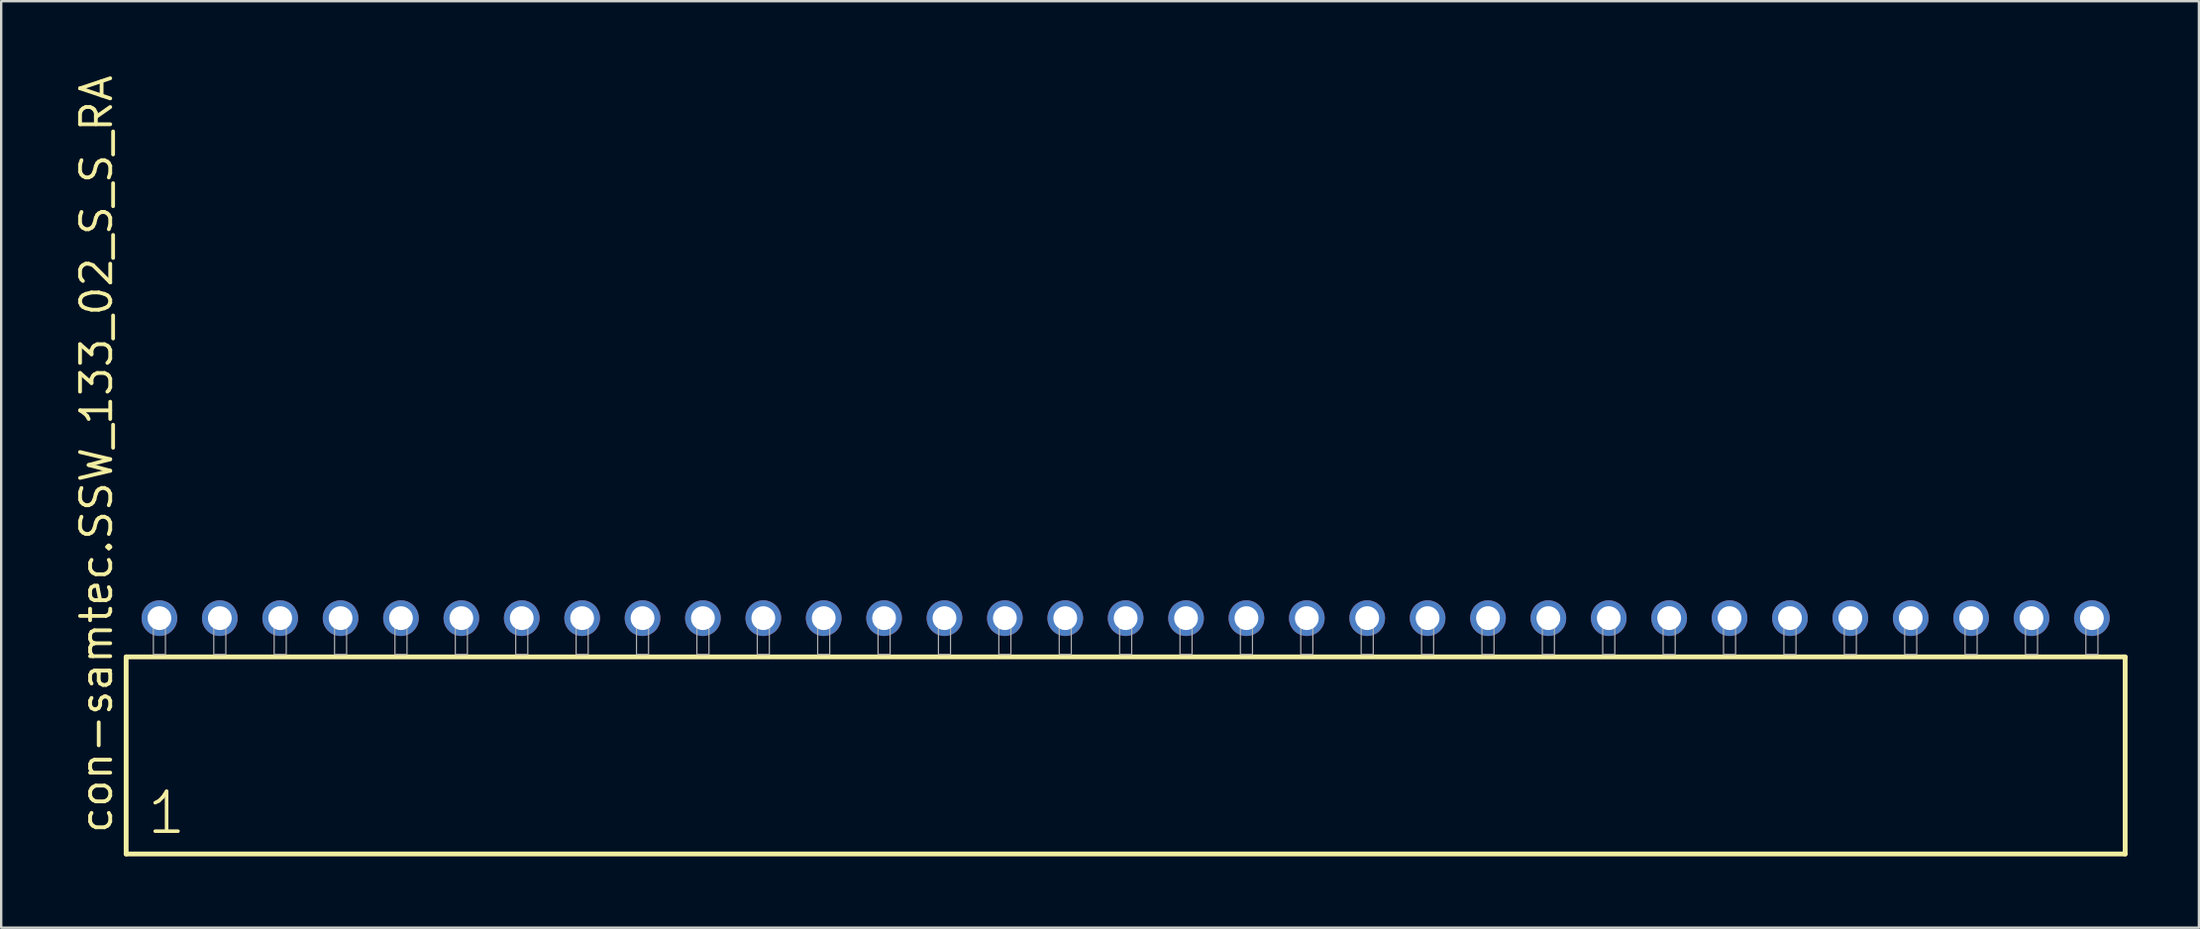
<source format=kicad_pcb>
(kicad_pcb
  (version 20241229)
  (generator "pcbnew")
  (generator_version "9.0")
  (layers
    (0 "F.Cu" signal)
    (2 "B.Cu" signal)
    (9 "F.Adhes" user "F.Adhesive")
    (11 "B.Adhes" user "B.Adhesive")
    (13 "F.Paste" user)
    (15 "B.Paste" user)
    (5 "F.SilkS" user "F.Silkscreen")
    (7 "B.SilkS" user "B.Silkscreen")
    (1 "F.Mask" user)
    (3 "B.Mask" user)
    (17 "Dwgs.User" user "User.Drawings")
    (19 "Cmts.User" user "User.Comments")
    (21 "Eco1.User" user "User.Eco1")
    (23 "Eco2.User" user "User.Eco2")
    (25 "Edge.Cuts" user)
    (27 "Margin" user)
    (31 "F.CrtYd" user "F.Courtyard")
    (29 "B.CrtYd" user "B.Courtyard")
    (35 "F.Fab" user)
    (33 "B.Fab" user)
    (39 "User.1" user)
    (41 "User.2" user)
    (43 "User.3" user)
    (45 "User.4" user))
  (footprint "con-samtec.SSW_133_02_S_S_RA"
    (layer "F.Cu")
    (at 44.295 24.477)
    (property "Reference" "con-samtec.SSW_133_02_S_S_RA" (at -42.545 7.62 90) (layer "F.SilkS") (effects (font (size 1.27 1.27) (thickness 0.16)) (justify left bottom)))
    (attr through_hole)
    (fp_line (start -42.039 0.106) (end -42.039 8.396) (stroke (width 0.203) (type default)) (layer "F.SilkS"))
    (fp_line (start -42.039 8.396) (end 42.039 8.396) (stroke (width 0.203) (type default)) (layer "F.SilkS"))
    (fp_line (start 42.039 0.106) (end -42.039 0.106) (stroke (width 0.203) (type default)) (layer "F.SilkS"))
    (fp_line (start 42.039 8.396) (end 42.039 0.106) (stroke (width 0.203) (type default)) (layer "F.SilkS"))
    (fp_rect (start -40.894 0) (end -40.386 -1.778) (stroke (width 0.05) (type default)) (fill no) (layer "F.Fab"))
    (fp_rect (start -38.354 0) (end -37.846 -1.778) (stroke (width 0.05) (type default)) (fill no) (layer "F.Fab"))
    (fp_rect (start -35.814 0) (end -35.306 -1.778) (stroke (width 0.05) (type default)) (fill no) (layer "F.Fab"))
    (fp_rect (start -33.274 0) (end -32.766 -1.778) (stroke (width 0.05) (type default)) (fill no) (layer "F.Fab"))
    (fp_rect (start -30.734 0) (end -30.226 -1.778) (stroke (width 0.05) (type default)) (fill no) (layer "F.Fab"))
    (fp_rect (start -28.194 0) (end -27.686 -1.778) (stroke (width 0.05) (type default)) (fill no) (layer "F.Fab"))
    (fp_rect (start -25.654 0) (end -25.146 -1.778) (stroke (width 0.05) (type default)) (fill no) (layer "F.Fab"))
    (fp_rect (start -23.114 0) (end -22.606 -1.778) (stroke (width 0.05) (type default)) (fill no) (layer "F.Fab"))
    (fp_rect (start -20.574 0) (end -20.066 -1.778) (stroke (width 0.05) (type default)) (fill no) (layer "F.Fab"))
    (fp_rect (start -18.034 0) (end -17.526 -1.778) (stroke (width 0.05) (type default)) (fill no) (layer "F.Fab"))
    (fp_rect (start -15.494 0) (end -14.986 -1.778) (stroke (width 0.05) (type default)) (fill no) (layer "F.Fab"))
    (fp_rect (start -12.954 0) (end -12.446 -1.778) (stroke (width 0.05) (type default)) (fill no) (layer "F.Fab"))
    (fp_rect (start -10.414 0) (end -9.906 -1.778) (stroke (width 0.05) (type default)) (fill no) (layer "F.Fab"))
    (fp_rect (start -7.874 0) (end -7.366 -1.778) (stroke (width 0.05) (type default)) (fill no) (layer "F.Fab"))
    (fp_rect (start -5.334 0) (end -4.826 -1.778) (stroke (width 0.05) (type default)) (fill no) (layer "F.Fab"))
    (fp_rect (start -2.794 0) (end -2.286 -1.778) (stroke (width 0.05) (type default)) (fill no) (layer "F.Fab"))
    (fp_rect (start -0.254 0) (end 0.254 -1.778) (stroke (width 0.05) (type default)) (fill no) (layer "F.Fab"))
    (fp_rect (start 2.286 0) (end 2.794 -1.778) (stroke (width 0.05) (type default)) (fill no) (layer "F.Fab"))
    (fp_rect (start 4.826 0) (end 5.334 -1.778) (stroke (width 0.05) (type default)) (fill no) (layer "F.Fab"))
    (fp_rect (start 7.366 0) (end 7.874 -1.778) (stroke (width 0.05) (type default)) (fill no) (layer "F.Fab"))
    (fp_rect (start 9.906 0) (end 10.414 -1.778) (stroke (width 0.05) (type default)) (fill no) (layer "F.Fab"))
    (fp_rect (start 12.446 0) (end 12.954 -1.778) (stroke (width 0.05) (type default)) (fill no) (layer "F.Fab"))
    (fp_rect (start 14.986 0) (end 15.494 -1.778) (stroke (width 0.05) (type default)) (fill no) (layer "F.Fab"))
    (fp_rect (start 17.526 0) (end 18.034 -1.778) (stroke (width 0.05) (type default)) (fill no) (layer "F.Fab"))
    (fp_rect (start 20.066 0) (end 20.574 -1.778) (stroke (width 0.05) (type default)) (fill no) (layer "F.Fab"))
    (fp_rect (start 22.606 0) (end 23.114 -1.778) (stroke (width 0.05) (type default)) (fill no) (layer "F.Fab"))
    (fp_rect (start 25.146 0) (end 25.654 -1.778) (stroke (width 0.05) (type default)) (fill no) (layer "F.Fab"))
    (fp_rect (start 27.686 0) (end 28.194 -1.778) (stroke (width 0.05) (type default)) (fill no) (layer "F.Fab"))
    (fp_rect (start 30.226 0) (end 30.734 -1.778) (stroke (width 0.05) (type default)) (fill no) (layer "F.Fab"))
    (fp_rect (start 32.766 0) (end 33.274 -1.778) (stroke (width 0.05) (type default)) (fill no) (layer "F.Fab"))
    (fp_rect (start 35.306 0) (end 35.814 -1.778) (stroke (width 0.05) (type default)) (fill no) (layer "F.Fab"))
    (fp_rect (start 37.846 0) (end 38.354 -1.778) (stroke (width 0.05) (type default)) (fill no) (layer "F.Fab"))
    (fp_rect (start 40.386 0) (end 40.894 -1.778) (stroke (width 0.05) (type default)) (fill no) (layer "F.Fab"))
    (fp_text user "1" (at -41.235 7.65 0) (layer "F.SilkS") (effects (font (size 1.676 1.676) (thickness 0.15)) (justify left bottom)))
    (pad "1" thru_hole circle (at -40.64 -1.524) (size 1.5 1.5) (drill 1) (layers "*.Cu" "*.Mask"))
    (pad "2" thru_hole circle (at -38.1 -1.524) (size 1.5 1.5) (drill 1) (layers "*.Cu" "*.Mask"))
    (pad "3" thru_hole circle (at -35.56 -1.524) (size 1.5 1.5) (drill 1) (layers "*.Cu" "*.Mask"))
    (pad "4" thru_hole circle (at -33.02 -1.524) (size 1.5 1.5) (drill 1) (layers "*.Cu" "*.Mask"))
    (pad "5" thru_hole circle (at -30.48 -1.524) (size 1.5 1.5) (drill 1) (layers "*.Cu" "*.Mask"))
    (pad "6" thru_hole circle (at -27.94 -1.524) (size 1.5 1.5) (drill 1) (layers "*.Cu" "*.Mask"))
    (pad "7" thru_hole circle (at -25.4 -1.524) (size 1.5 1.5) (drill 1) (layers "*.Cu" "*.Mask"))
    (pad "8" thru_hole circle (at -22.86 -1.524) (size 1.5 1.5) (drill 1) (layers "*.Cu" "*.Mask"))
    (pad "9" thru_hole circle (at -20.32 -1.524) (size 1.5 1.5) (drill 1) (layers "*.Cu" "*.Mask"))
    (pad "10" thru_hole circle (at -17.78 -1.524) (size 1.5 1.5) (drill 1) (layers "*.Cu" "*.Mask"))
    (pad "11" thru_hole circle (at -15.24 -1.524) (size 1.5 1.5) (drill 1) (layers "*.Cu" "*.Mask"))
    (pad "12" thru_hole circle (at -12.7 -1.524) (size 1.5 1.5) (drill 1) (layers "*.Cu" "*.Mask"))
    (pad "13" thru_hole circle (at -10.16 -1.524) (size 1.5 1.5) (drill 1) (layers "*.Cu" "*.Mask"))
    (pad "14" thru_hole circle (at -7.62 -1.524) (size 1.5 1.5) (drill 1) (layers "*.Cu" "*.Mask"))
    (pad "15" thru_hole circle (at -5.08 -1.524) (size 1.5 1.5) (drill 1) (layers "*.Cu" "*.Mask"))
    (pad "16" thru_hole circle (at -2.54 -1.524) (size 1.5 1.5) (drill 1) (layers "*.Cu" "*.Mask"))
    (pad "17" thru_hole circle (at 0 -1.524) (size 1.5 1.5) (drill 1) (layers "*.Cu" "*.Mask"))
    (pad "18" thru_hole circle (at 2.54 -1.524) (size 1.5 1.5) (drill 1) (layers "*.Cu" "*.Mask"))
    (pad "19" thru_hole circle (at 5.08 -1.524) (size 1.5 1.5) (drill 1) (layers "*.Cu" "*.Mask"))
    (pad "20" thru_hole circle (at 7.62 -1.524) (size 1.5 1.5) (drill 1) (layers "*.Cu" "*.Mask"))
    (pad "21" thru_hole circle (at 10.16 -1.524) (size 1.5 1.5) (drill 1) (layers "*.Cu" "*.Mask"))
    (pad "22" thru_hole circle (at 12.7 -1.524) (size 1.5 1.5) (drill 1) (layers "*.Cu" "*.Mask"))
    (pad "23" thru_hole circle (at 15.24 -1.524) (size 1.5 1.5) (drill 1) (layers "*.Cu" "*.Mask"))
    (pad "24" thru_hole circle (at 17.78 -1.524) (size 1.5 1.5) (drill 1) (layers "*.Cu" "*.Mask"))
    (pad "25" thru_hole circle (at 20.32 -1.524) (size 1.5 1.5) (drill 1) (layers "*.Cu" "*.Mask"))
    (pad "26" thru_hole circle (at 22.86 -1.524) (size 1.5 1.5) (drill 1) (layers "*.Cu" "*.Mask"))
    (pad "27" thru_hole circle (at 25.4 -1.524) (size 1.5 1.5) (drill 1) (layers "*.Cu" "*.Mask"))
    (pad "28" thru_hole circle (at 27.94 -1.524) (size 1.5 1.5) (drill 1) (layers "*.Cu" "*.Mask"))
    (pad "29" thru_hole circle (at 30.48 -1.524) (size 1.5 1.5) (drill 1) (layers "*.Cu" "*.Mask"))
    (pad "30" thru_hole circle (at 33.02 -1.524) (size 1.5 1.5) (drill 1) (layers "*.Cu" "*.Mask"))
    (pad "31" thru_hole circle (at 35.56 -1.524) (size 1.5 1.5) (drill 1) (layers "*.Cu" "*.Mask"))
    (pad "32" thru_hole circle (at 38.1 -1.524) (size 1.5 1.5) (drill 1) (layers "*.Cu" "*.Mask"))
    (pad "33" thru_hole circle (at 40.64 -1.524) (size 1.5 1.5) (drill 1) (layers "*.Cu" "*.Mask")))
  (gr_rect
    (start -3 -3)
    (end 89.436 35.975)
    (stroke (width 0.1) (type default))
    (fill no)
    (layer "Edge.Cuts")))
</source>
